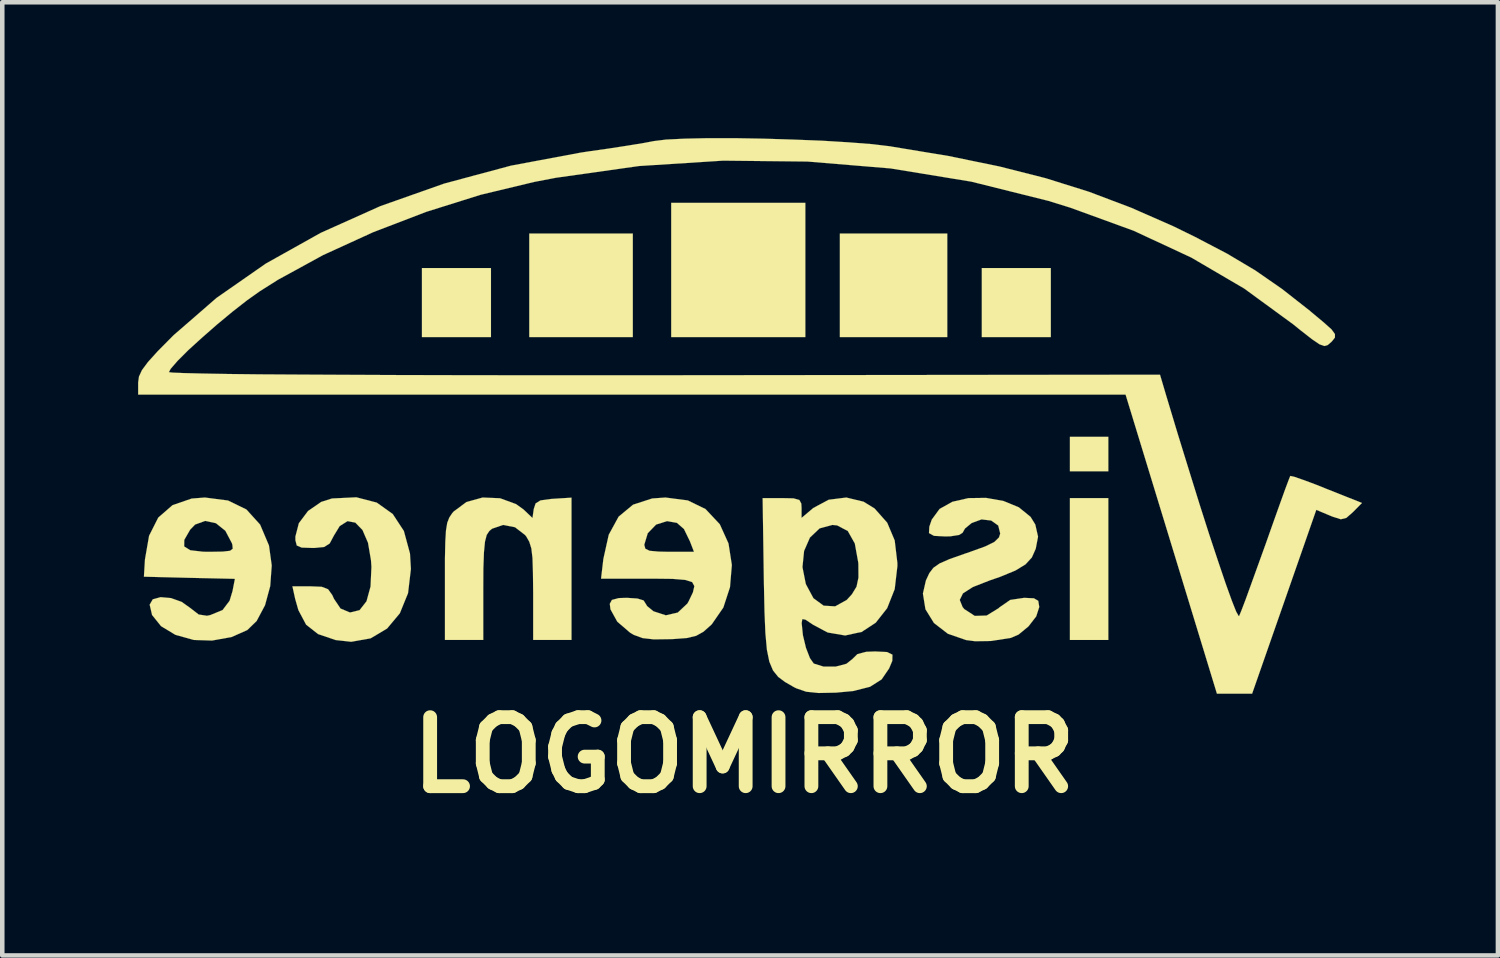
<source format=kicad_pcb>
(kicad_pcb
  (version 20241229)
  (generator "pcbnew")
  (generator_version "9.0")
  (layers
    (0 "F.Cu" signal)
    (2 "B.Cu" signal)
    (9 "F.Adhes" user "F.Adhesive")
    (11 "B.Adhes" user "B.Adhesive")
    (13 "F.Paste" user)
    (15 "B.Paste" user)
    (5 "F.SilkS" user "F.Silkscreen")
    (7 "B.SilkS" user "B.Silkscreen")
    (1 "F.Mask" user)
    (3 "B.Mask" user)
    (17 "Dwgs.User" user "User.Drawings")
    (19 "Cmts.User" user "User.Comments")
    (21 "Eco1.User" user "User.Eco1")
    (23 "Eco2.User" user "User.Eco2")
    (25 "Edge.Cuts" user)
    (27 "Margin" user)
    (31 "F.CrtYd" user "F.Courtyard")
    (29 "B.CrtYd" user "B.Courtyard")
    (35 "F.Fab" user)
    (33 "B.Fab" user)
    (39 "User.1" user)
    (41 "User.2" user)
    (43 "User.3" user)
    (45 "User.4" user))
  (footprint "LOGOMIRROR"
    (layer "F.Cu")
    (at 13.379 6.425)
    (property "Reference" "LOGOMIRROR" (at 0 7.196 0) (layer "F.SilkS") (effects (font (size 1.524 1.524) (thickness 0.305))))
    (attr through_hole)
    (fp_poly (pts (xy -5.588 -2.032) (xy -6.35 -2.032) (xy -7.112 -2.032) (xy -7.112 -2.794) (xy -7.112 -3.556) (xy -6.35 -3.556) (xy -5.588 -3.556) (xy -5.588 -2.794) (xy -5.588 -2.032)) (stroke (width 0.003) (type solid)) (fill yes) (layer "F.SilkS"))
    (fp_poly (pts (xy -2.456 -2.032) (xy -3.599 -2.032) (xy -4.742 -2.032) (xy -4.742 -3.175) (xy -4.742 -4.318) (xy -3.599 -4.318) (xy -2.456 -4.318) (xy -2.456 -3.175) (xy -2.456 -2.032)) (stroke (width 0.003) (type solid)) (fill yes) (layer "F.SilkS"))
    (fp_poly (pts (xy 1.354 -2.032) (xy -0.127 -2.032) (xy -1.608 -2.032) (xy -1.608 -3.513) (xy -1.608 -4.996) (xy -0.127 -4.996) (xy 1.354 -4.996) (xy 1.354 -3.513) (xy 1.354 -2.032)) (stroke (width 0.003) (type solid)) (fill yes) (layer "F.SilkS"))
    (fp_poly (pts (xy 4.488 -2.032) (xy 3.302 -2.032) (xy 2.116 -2.032) (xy 2.116 -3.175) (xy 2.116 -4.318) (xy 3.302 -4.318) (xy 4.488 -4.318) (xy 4.488 -3.175) (xy 4.488 -2.032)) (stroke (width 0.003) (type solid)) (fill yes) (layer "F.SilkS"))
    (fp_poly (pts (xy 6.774 -2.032) (xy 6.012 -2.032) (xy 5.25 -2.032) (xy 5.25 -2.794) (xy 5.25 -3.556) (xy 6.012 -3.556) (xy 6.774 -3.556) (xy 6.774 -2.794) (xy 6.774 -2.032)) (stroke (width 0.003) (type solid)) (fill yes) (layer "F.SilkS"))
    (fp_poly (pts (xy 8.044 0.932) (xy 7.62 0.932) (xy 7.196 0.932) (xy 7.196 0.551) (xy 7.196 0.17) (xy 7.62 0.17) (xy 8.044 0.17) (xy 8.044 0.551) (xy 8.044 0.932)) (stroke (width 0.003) (type solid)) (fill yes) (layer "F.SilkS"))
    (fp_poly (pts (xy 8.044 4.656) (xy 7.62 4.656) (xy 7.196 4.656) (xy 7.196 3.091) (xy 7.196 1.524) (xy 7.62 1.524) (xy 8.044 1.524) (xy 8.044 3.091) (xy 8.044 4.656)) (stroke (width 0.003) (type solid)) (fill yes) (layer "F.SilkS"))
    (fp_poly (pts (xy -3.81 4.656) (xy -4.234 4.656) (xy -4.656 4.656) (xy -4.656 3.609) (xy -4.661 3.16) (xy -4.671 2.847) (xy -4.696 2.634) (xy -4.742 2.487) (xy -4.808 2.372) (xy -4.834 2.339) (xy -5.057 2.167) (xy -5.321 2.116) (xy -5.565 2.2) (xy -5.624 2.25) (xy -5.682 2.337) (xy -5.72 2.484) (xy -5.743 2.72) (xy -5.756 3.076) (xy -5.758 3.52) (xy -5.758 4.656) (xy -6.18 4.656) (xy -6.604 4.656) (xy -6.604 3.348) (xy -6.604 2.847) (xy -6.596 2.487) (xy -6.581 2.238) (xy -6.553 2.068) (xy -6.507 1.951) (xy -6.444 1.857) (xy -6.413 1.821) (xy -6.129 1.61) (xy -5.771 1.511) (xy -5.387 1.527) (xy -5.034 1.656) (xy -4.869 1.775) (xy -4.671 1.963) (xy -4.643 1.765) (xy -4.602 1.641) (xy -4.496 1.575) (xy -4.277 1.544) (xy -4.211 1.539) (xy -3.81 1.514) (xy -3.81 3.086) (xy -3.81 4.656)) (stroke (width 0.003) (type solid)) (fill yes) (layer "F.SilkS"))
    (fp_poly (pts (xy -7.356 3.089) (xy -7.419 3.622) (xy -7.6 4.067) (xy -7.882 4.404) (xy -8.245 4.62) (xy -8.674 4.696) (xy -9.017 4.658) (xy -9.406 4.526) (xy -9.67 4.318) (xy -9.84 3.998) (xy -9.911 3.749) (xy -9.972 3.472) (xy -9.573 3.472) (xy -9.324 3.482) (xy -9.185 3.536) (xy -9.093 3.663) (xy -9.055 3.747) (xy -8.91 3.962) (xy -8.71 4.046) (xy -8.697 4.049) (xy -8.489 3.998) (xy -8.336 3.802) (xy -8.247 3.477) (xy -8.227 3.043) (xy -8.237 2.896) (xy -8.303 2.51) (xy -8.425 2.228) (xy -8.583 2.065) (xy -8.755 2.032) (xy -8.928 2.141) (xy -9.055 2.349) (xy -9.149 2.525) (xy -9.271 2.603) (xy -9.484 2.624) (xy -9.54 2.624) (xy -9.769 2.616) (xy -9.876 2.57) (xy -9.906 2.454) (xy -9.906 2.372) (xy -9.83 2.078) (xy -9.627 1.808) (xy -9.337 1.608) (xy -9.098 1.532) (xy -8.56 1.506) (xy -8.11 1.623) (xy -7.757 1.875) (xy -7.511 2.25) (xy -7.376 2.748) (xy -7.356 3.089)) (stroke (width 0.003) (type solid)) (fill yes) (layer "F.SilkS"))
    (fp_poly (pts (xy -10.429 3.01) (xy -10.462 3.465) (xy -10.577 3.889) (xy -10.762 4.237) (xy -10.968 4.437) (xy -11.318 4.592) (xy -11.748 4.669) (xy -12.149 4.656) (xy -12.558 4.542) (xy -12.873 4.351) (xy -13.071 4.105) (xy -13.124 3.876) (xy -13.056 3.759) (xy -12.883 3.711) (xy -12.654 3.731) (xy -12.418 3.815) (xy -12.235 3.945) (xy -12.042 4.094) (xy -11.859 4.122) (xy -11.786 4.107) (xy -11.514 3.995) (xy -11.359 3.79) (xy -11.295 3.579) (xy -11.242 3.307) (xy -11.29 3.305) (xy -11.29 2.642) (xy -11.298 2.553) (xy -11.308 2.52) (xy -11.453 2.245) (xy -11.661 2.078) (xy -11.9 2.027) (xy -12.121 2.108) (xy -12.23 2.22) (xy -12.36 2.446) (xy -12.362 2.591) (xy -12.228 2.675) (xy -11.943 2.708) (xy -11.806 2.71) (xy -11.509 2.705) (xy -11.349 2.687) (xy -11.29 2.642) (xy -11.29 3.305) (xy -12.245 3.284) (xy -13.251 3.259) (xy -13.228 2.878) (xy -13.137 2.355) (xy -12.934 1.953) (xy -12.619 1.679) (xy -12.197 1.534) (xy -11.905 1.511) (xy -11.394 1.577) (xy -10.988 1.775) (xy -10.686 2.108) (xy -10.49 2.57) (xy -10.429 3.01)) (stroke (width 0.003) (type solid)) (fill yes) (layer "F.SilkS"))
    (fp_poly (pts (xy -0.269 3) (xy -0.31 3.49) (xy -0.457 3.94) (xy -0.709 4.305) (xy -0.726 4.323) (xy -0.897 4.475) (xy -1.057 4.564) (xy -1.26 4.613) (xy -1.565 4.636) (xy -1.633 4.638) (xy -1.991 4.643) (xy -2.24 4.615) (xy -2.433 4.544) (xy -2.515 4.496) (xy -2.799 4.252) (xy -2.949 3.98) (xy -2.964 3.858) (xy -2.918 3.772) (xy -2.764 3.731) (xy -2.583 3.726) (xy -2.355 3.741) (xy -2.22 3.782) (xy -2.202 3.807) (xy -2.139 3.909) (xy -1.999 4.023) (xy -1.727 4.112) (xy -1.463 4.051) (xy -1.252 3.853) (xy -1.224 3.805) (xy -1.128 3.604) (xy -1.097 3.467) (xy -1.105 3.452) (xy -1.105 2.71) (xy -1.194 2.479) (xy -1.326 2.207) (xy -1.483 2.07) (xy -1.699 2.032) (xy -1.941 2.108) (xy -2.126 2.299) (xy -2.202 2.55) (xy -2.202 2.558) (xy -2.179 2.642) (xy -2.085 2.687) (xy -1.885 2.705) (xy -1.654 2.71) (xy -1.105 2.71) (xy -1.105 3.452) (xy -1.146 3.378) (xy -1.3 3.33) (xy -1.58 3.307) (xy -2.002 3.302) (xy -2.129 3.302) (xy -3.157 3.302) (xy -3.106 2.868) (xy -2.987 2.332) (xy -2.769 1.933) (xy -2.451 1.669) (xy -2.029 1.532) (xy -1.735 1.511) (xy -1.242 1.575) (xy -0.851 1.765) (xy -0.538 2.098) (xy -0.533 2.106) (xy -0.343 2.525) (xy -0.269 3)) (stroke (width 0.003) (type solid)) (fill yes) (layer "F.SilkS"))
    (fp_poly (pts (xy 6.52 3.924) (xy 6.452 4.135) (xy 6.281 4.356) (xy 6.063 4.536) (xy 5.893 4.61) (xy 5.451 4.679) (xy 5.103 4.684) (xy 4.902 4.658) (xy 4.501 4.519) (xy 4.194 4.282) (xy 4.006 3.978) (xy 3.95 3.632) (xy 4.016 3.343) (xy 4.092 3.18) (xy 4.181 3.063) (xy 4.318 2.967) (xy 4.539 2.87) (xy 4.877 2.751) (xy 4.996 2.71) (xy 5.326 2.591) (xy 5.527 2.492) (xy 5.629 2.393) (xy 5.657 2.306) (xy 5.613 2.129) (xy 5.458 2.019) (xy 5.245 1.994) (xy 5.027 2.073) (xy 4.879 2.195) (xy 4.826 2.289) (xy 4.75 2.337) (xy 4.559 2.367) (xy 4.445 2.37) (xy 4.194 2.357) (xy 4.084 2.296) (xy 4.092 2.154) (xy 4.145 1.999) (xy 4.318 1.763) (xy 4.6 1.605) (xy 4.956 1.524) (xy 5.344 1.519) (xy 5.728 1.587) (xy 6.068 1.727) (xy 6.327 1.938) (xy 6.431 2.106) (xy 6.492 2.375) (xy 6.441 2.642) (xy 6.355 2.835) (xy 6.215 2.987) (xy 5.994 3.122) (xy 5.657 3.261) (xy 5.428 3.34) (xy 5.052 3.487) (xy 4.834 3.627) (xy 4.763 3.772) (xy 4.826 3.929) (xy 4.864 3.975) (xy 5.095 4.125) (xy 5.357 4.117) (xy 5.621 3.955) (xy 5.639 3.937) (xy 5.878 3.772) (xy 6.185 3.726) (xy 6.401 3.736) (xy 6.497 3.792) (xy 6.518 3.922) (xy 6.52 3.924)) (stroke (width 0.003) (type solid)) (fill yes) (layer "F.SilkS"))
    (fp_poly (pts (xy 3.386 3.028) (xy 3.327 3.533) (xy 3.16 3.955) (xy 2.908 4.275) (xy 2.593 4.481) (xy 2.527 4.493) (xy 2.527 3.279) (xy 2.525 2.982) (xy 2.522 2.944) (xy 2.446 2.525) (xy 2.291 2.25) (xy 2.055 2.126) (xy 1.951 2.116) (xy 1.669 2.192) (xy 1.455 2.395) (xy 1.326 2.69) (xy 1.29 3.048) (xy 1.364 3.421) (xy 1.532 3.734) (xy 1.758 3.899) (xy 2.012 3.914) (xy 2.268 3.772) (xy 2.38 3.65) (xy 2.484 3.48) (xy 2.527 3.279) (xy 2.527 4.493) (xy 2.233 4.557) (xy 1.847 4.491) (xy 1.527 4.321) (xy 1.359 4.209) (xy 1.288 4.194) (xy 1.273 4.275) (xy 1.273 4.29) (xy 1.3 4.552) (xy 1.367 4.829) (xy 1.455 5.057) (xy 1.539 5.177) (xy 1.758 5.245) (xy 2.022 5.245) (xy 2.261 5.182) (xy 2.39 5.08) (xy 2.504 4.968) (xy 2.7 4.917) (xy 2.898 4.91) (xy 3.16 4.923) (xy 3.277 4.981) (xy 3.274 5.116) (xy 3.203 5.286) (xy 3.038 5.527) (xy 2.781 5.69) (xy 2.408 5.784) (xy 2.032 5.819) (xy 1.648 5.827) (xy 1.374 5.799) (xy 1.158 5.725) (xy 1.107 5.7) (xy 0.907 5.585) (xy 0.754 5.471) (xy 0.64 5.329) (xy 0.559 5.136) (xy 0.505 4.872) (xy 0.472 4.508) (xy 0.452 4.028) (xy 0.439 3.406) (xy 0.437 3.294) (xy 0.411 1.524) (xy 0.841 1.524) (xy 1.092 1.529) (xy 1.222 1.565) (xy 1.265 1.646) (xy 1.27 1.742) (xy 1.27 1.961) (xy 1.529 1.742) (xy 1.869 1.56) (xy 2.258 1.511) (xy 2.639 1.603) (xy 2.883 1.753) (xy 3.162 2.068) (xy 3.327 2.459) (xy 3.386 2.957) (xy 3.386 3.028)) (stroke (width 0.003) (type solid)) (fill yes) (layer "F.SilkS"))
    (fp_poly (pts (xy 13.645 1.631) (xy 13.444 1.834) (xy 13.299 1.961) (xy 13.178 1.991) (xy 12.995 1.933) (xy 12.939 1.91) (xy 12.636 1.783) (xy 11.928 3.813) (xy 11.219 5.842) (xy 10.831 5.842) (xy 10.442 5.842) (xy 9.434 2.54) (xy 8.425 -0.762) (xy -2.477 -0.762) (xy -13.378 -0.762) (xy -13.378 -1.031) (xy -13.36 -1.161) (xy -13.294 -1.303) (xy -13.162 -1.481) (xy -12.946 -1.72) (xy -12.624 -2.045) (xy -12.596 -2.073) (xy -11.646 -2.898) (xy -10.559 -3.655) (xy -9.347 -4.333) (xy -8.031 -4.923) (xy -6.624 -5.42) (xy -5.146 -5.817) (xy -3.612 -6.104) (xy -3.429 -6.132) (xy -2.985 -6.195) (xy -2.558 -6.261) (xy -2.2 -6.32) (xy -1.989 -6.36) (xy -1.722 -6.393) (xy -1.313 -6.413) (xy -0.8 -6.424) (xy -0.208 -6.424) (xy 0.429 -6.413) (xy 1.082 -6.393) (xy 1.72 -6.368) (xy 2.311 -6.332) (xy 2.827 -6.292) (xy 3.236 -6.243) (xy 3.259 -6.238) (xy 4.516 -6.03) (xy 5.639 -5.799) (xy 6.66 -5.54) (xy 7.617 -5.24) (xy 8.545 -4.889) (xy 9.474 -4.481) (xy 9.949 -4.249) (xy 10.668 -3.873) (xy 11.29 -3.503) (xy 11.88 -3.094) (xy 12.502 -2.606) (xy 12.512 -2.596) (xy 12.799 -2.357) (xy 12.972 -2.202) (xy 13.048 -2.098) (xy 13.048 -2.022) (xy 12.99 -1.948) (xy 12.969 -1.925) (xy 12.89 -1.857) (xy 12.814 -1.834) (xy 12.708 -1.872) (xy 12.543 -1.984) (xy 12.289 -2.182) (xy 12.123 -2.316) (xy 11.044 -3.104) (xy 9.878 -3.787) (xy 8.606 -4.379) (xy 7.206 -4.889) (xy 6.723 -5.039) (xy 5.019 -5.464) (xy 3.236 -5.756) (xy 1.402 -5.908) (xy -0.46 -5.928) (xy -2.319 -5.809) (xy -4.153 -5.55) (xy -4.633 -5.458) (xy -5.817 -5.174) (xy -7.015 -4.798) (xy -8.189 -4.348) (xy -9.294 -3.843) (xy -10.292 -3.297) (xy -10.691 -3.045) (xy -10.973 -2.845) (xy -11.298 -2.591) (xy -11.641 -2.306) (xy -11.974 -2.014) (xy -12.273 -1.742) (xy -12.509 -1.506) (xy -12.659 -1.333) (xy -12.7 -1.257) (xy -12.616 -1.247) (xy -12.37 -1.237) (xy -11.963 -1.227) (xy -11.402 -1.217) (xy -10.693 -1.209) (xy -9.845 -1.204) (xy -8.857 -1.199) (xy -7.737 -1.194) (xy -6.49 -1.191) (xy -5.121 -1.189) (xy -3.637 -1.189) (xy -2.04 -1.189) (xy -1.758 -1.189) (xy 9.185 -1.201) (xy 9.319 -0.749) (xy 9.576 0.104) (xy 9.825 0.909) (xy 10.058 1.659) (xy 10.274 2.334) (xy 10.47 2.924) (xy 10.635 3.411) (xy 10.77 3.785) (xy 10.866 4.028) (xy 10.922 4.128) (xy 10.932 4.128) (xy 10.98 4.013) (xy 11.074 3.767) (xy 11.201 3.416) (xy 11.356 2.987) (xy 11.519 2.535) (xy 11.684 2.068) (xy 11.831 1.656) (xy 11.948 1.331) (xy 12.029 1.115) (xy 12.062 1.034) (xy 12.146 1.052) (xy 12.352 1.123) (xy 12.644 1.232) (xy 12.865 1.321) (xy 13.645 1.631)) (stroke (width 0.003) (type solid)) (fill yes) (layer "F.SilkS")))
  (gr_rect
    (start -3 -3)
    (end 30.026 18.047)
    (stroke (width 0.1) (type default))
    (fill no)
    (layer "Edge.Cuts")))
</source>
